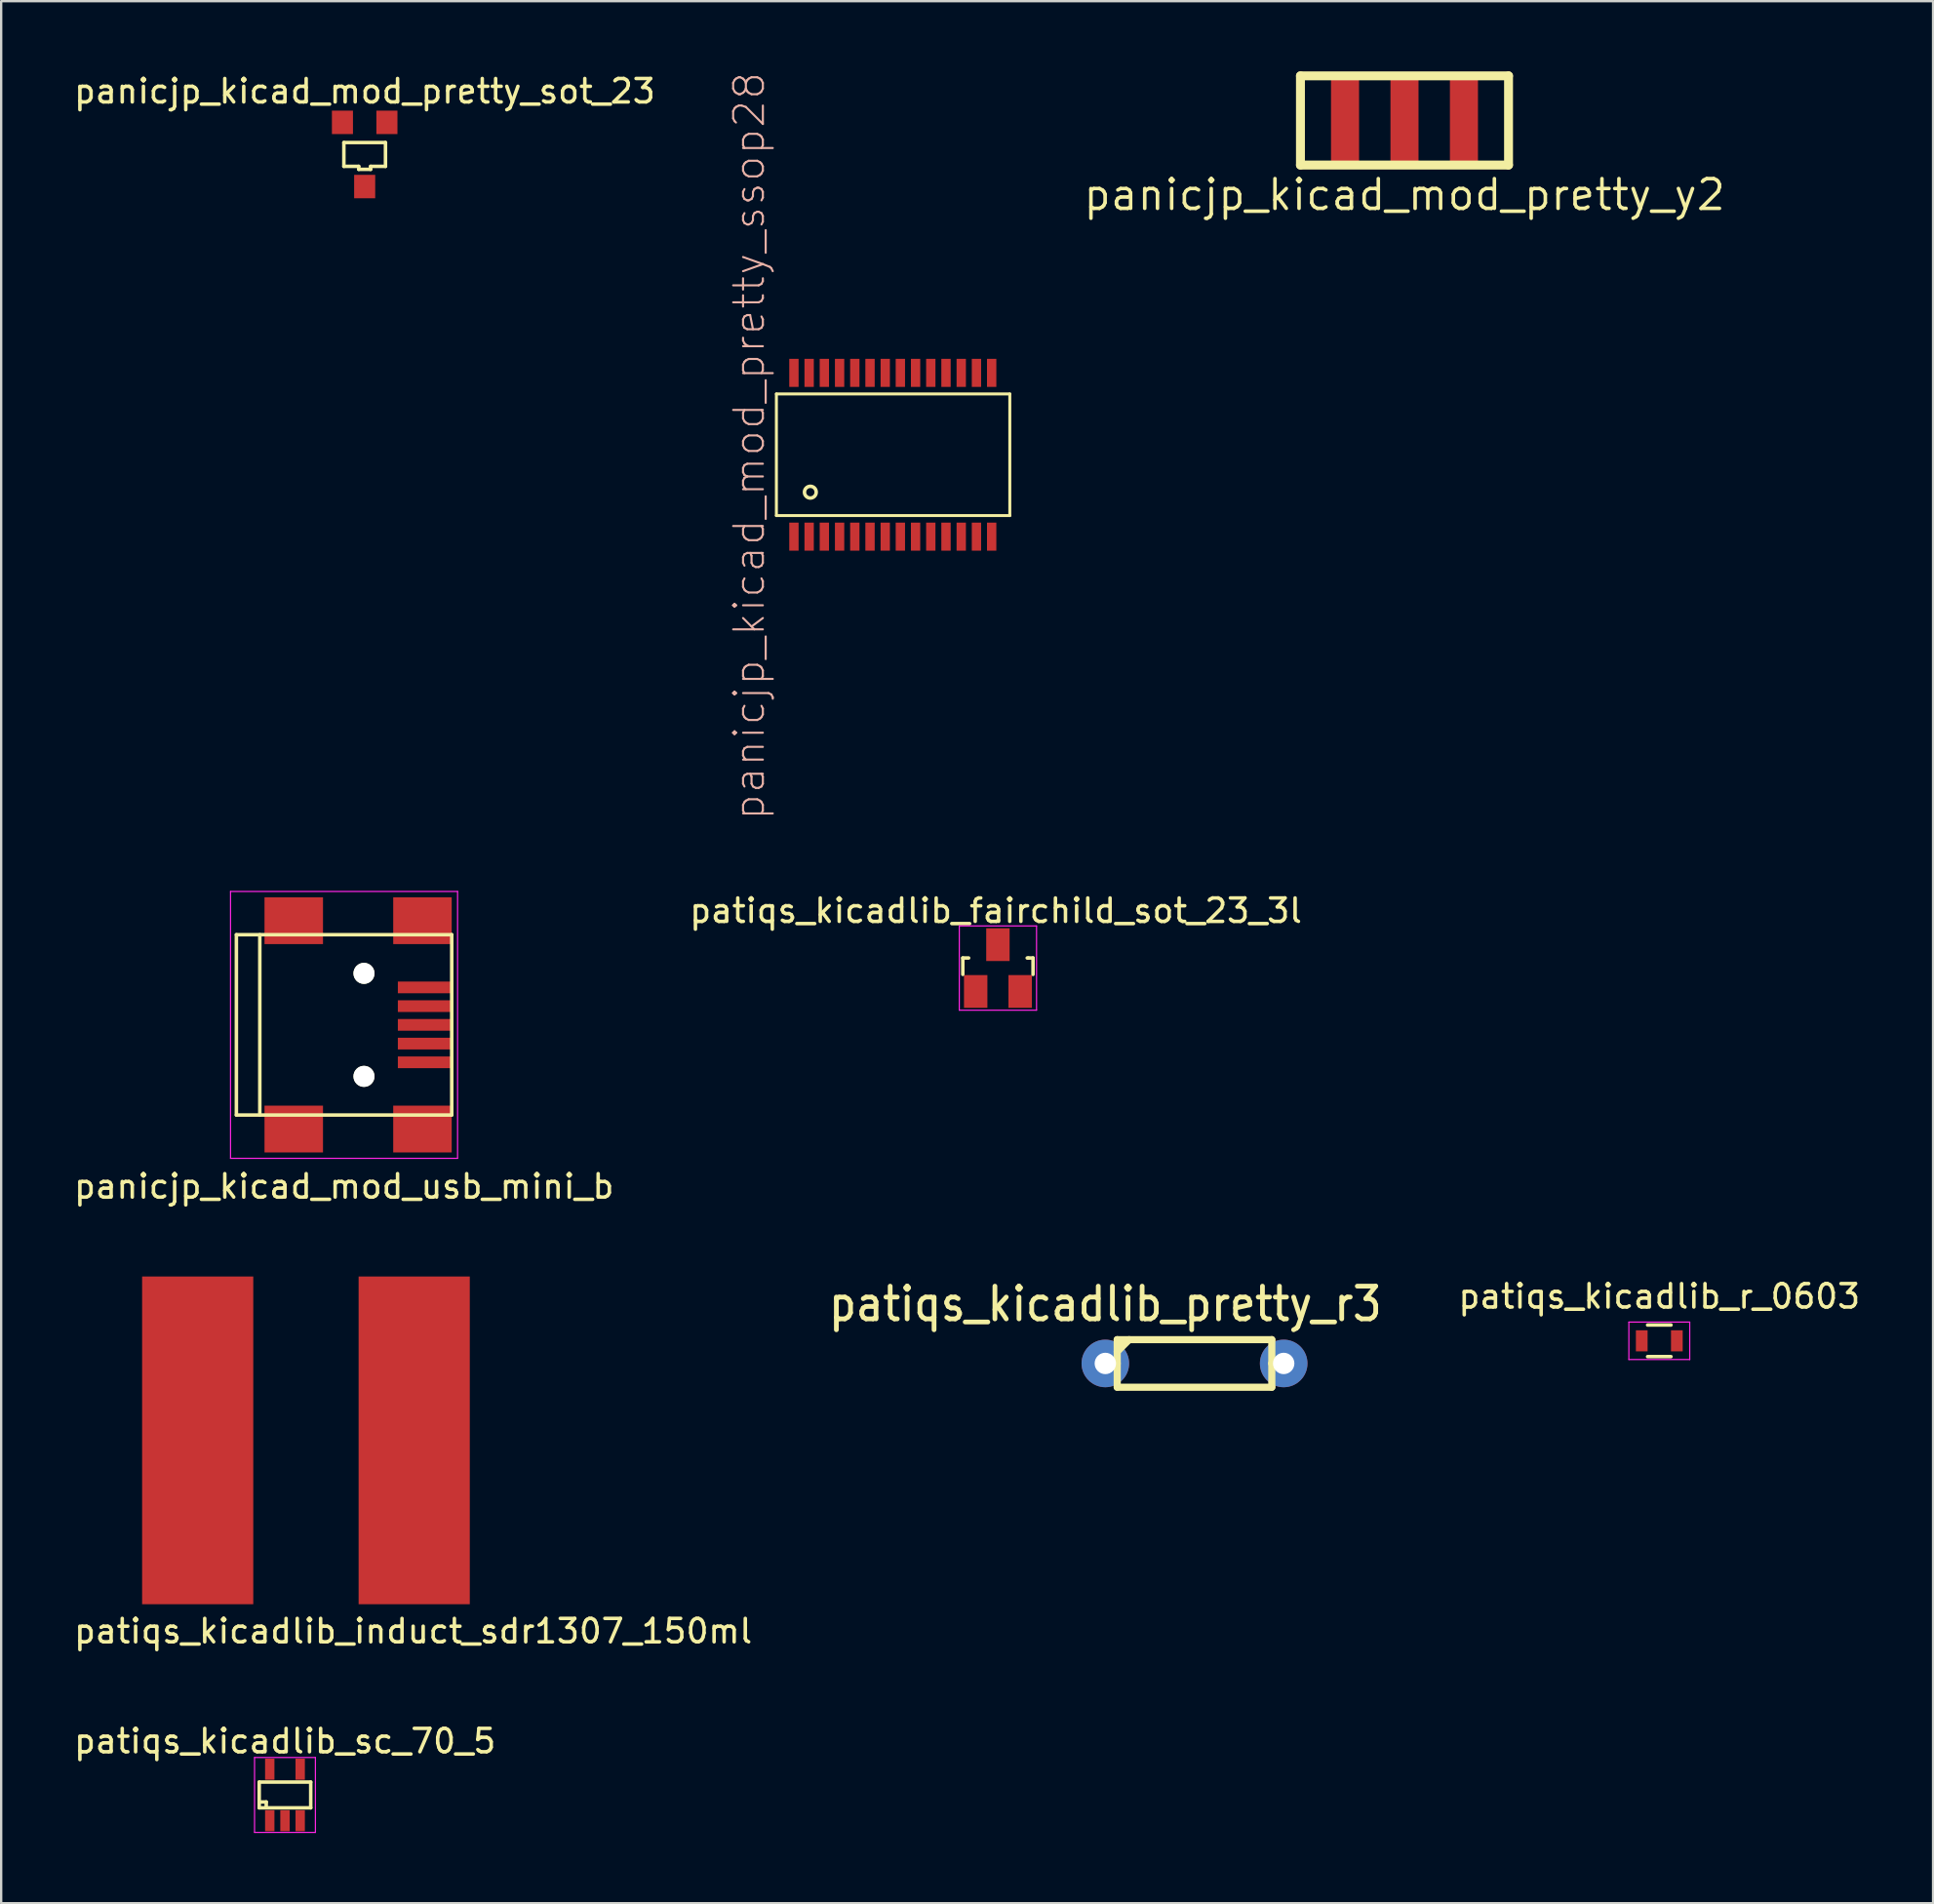
<source format=kicad_pcb>
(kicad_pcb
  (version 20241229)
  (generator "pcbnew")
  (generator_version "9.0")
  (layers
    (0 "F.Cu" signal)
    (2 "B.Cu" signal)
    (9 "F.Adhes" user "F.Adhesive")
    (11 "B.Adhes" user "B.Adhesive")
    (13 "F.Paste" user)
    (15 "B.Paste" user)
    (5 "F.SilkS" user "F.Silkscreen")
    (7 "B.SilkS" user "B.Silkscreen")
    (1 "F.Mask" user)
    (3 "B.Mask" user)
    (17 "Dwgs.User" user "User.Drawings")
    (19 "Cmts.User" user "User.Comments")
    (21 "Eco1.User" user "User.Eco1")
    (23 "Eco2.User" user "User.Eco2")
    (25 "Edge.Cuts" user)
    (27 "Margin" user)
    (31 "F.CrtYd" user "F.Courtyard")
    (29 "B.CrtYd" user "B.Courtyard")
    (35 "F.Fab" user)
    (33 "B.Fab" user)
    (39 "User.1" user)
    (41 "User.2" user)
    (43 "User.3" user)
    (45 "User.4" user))
  (footprint "patiqs_kicadlib_pretty_r3"
    (layer "F.Cu")
    (at 44.173 55.193)
    (property "Reference" "patiqs_kicadlib_pretty_r3" (at 0 -2.54 0) (layer "F.SilkS") (effects (font (size 1.397 1.27) (thickness 0.203))))
    (attr through_hole)
    (fp_line (start 0 0) (end 0.508 0) (stroke (width 0.305) (type solid)) (layer "F.SilkS"))
    (fp_line (start 0.508 -1.016) (end 0.508 1.016) (stroke (width 0.305) (type solid)) (layer "F.SilkS"))
    (fp_line (start 0.508 -0.508) (end 1.016 -1.016) (stroke (width 0.305) (type solid)) (layer "F.SilkS"))
    (fp_line (start 0.508 1.016) (end 7.112 1.016) (stroke (width 0.305) (type solid)) (layer "F.SilkS"))
    (fp_line (start 7.112 -1.016) (end 0.508 -1.016) (stroke (width 0.305) (type solid)) (layer "F.SilkS"))
    (fp_line (start 7.112 0) (end 7.112 -1.016) (stroke (width 0.305) (type solid)) (layer "F.SilkS"))
    (fp_line (start 7.112 1.016) (end 7.112 0) (stroke (width 0.305) (type solid)) (layer "F.SilkS"))
    (fp_line (start 7.62 0) (end 7.112 0) (stroke (width 0.305) (type solid)) (layer "F.SilkS"))
    (pad "1" thru_hole circle (at 0 0) (size 2.032 2.032) (drill 0.914) (layers "*.Cu" "*.Mask" "B.Paste"))
    (pad "2" thru_hole circle (at 7.62 0) (size 2.032 2.032) (drill 0.914) (layers "*.Cu" "*.Mask" "B.Paste")))
  (footprint "panicjp_kicad_mod_pretty_sot_23"
    (placed yes)
    (layer "F.Cu")
    (at 12.53 3.548)
    (property "Reference" "panicjp_kicad_mod_pretty_sot_23" (at 0 -2.7 0) (layer "F.SilkS") (effects (font (size 1 1) (thickness 0.15))))
    (attr smd)
    (fp_line (start -0.889 -0.508) (end -0.889 0.508) (stroke (width 0.15) (type solid)) (layer "F.SilkS"))
    (fp_line (start -0.889 0.508) (end -0.254 0.508) (stroke (width 0.15) (type solid)) (layer "F.SilkS"))
    (fp_line (start -0.254 0.508) (end -0.254 0.635) (stroke (width 0.15) (type solid)) (layer "F.SilkS"))
    (fp_line (start -0.254 0.635) (end 0.254 0.635) (stroke (width 0.15) (type solid)) (layer "F.SilkS"))
    (fp_line (start 0.254 0.508) (end 0.889 0.508) (stroke (width 0.15) (type solid)) (layer "F.SilkS"))
    (fp_line (start 0.254 0.635) (end 0.254 0.508) (stroke (width 0.15) (type solid)) (layer "F.SilkS"))
    (fp_line (start 0.889 -0.508) (end -0.889 -0.508) (stroke (width 0.15) (type solid)) (layer "F.SilkS"))
    (fp_line (start 0.889 0.508) (end 0.889 -0.508) (stroke (width 0.15) (type solid)) (layer "F.SilkS"))
    (pad "1" smd rect (at 0.95 -1.371) (size 0.9 1.001) (layers "F.Cu" "F.Mask" "F.Paste"))
    (pad "2" smd rect (at -0.95 -1.371) (size 0.9 1.001) (layers "F.Cu" "F.Mask" "F.Paste"))
    (pad "3" smd rect (at 0 1.371) (size 0.9 1.001) (layers "F.Cu" "F.Mask" "F.Paste")))
  (footprint "panicjp_kicad_mod_pretty_ssop28"
    (layer "F.Cu")
    (at 35.093 16.376)
    (property "Reference" "panicjp_kicad_mod_pretty_ssop28" (at -6.134 -0.373 90) (layer "B.SilkS") (effects (font (size 1.27 1.27) (thickness 0.089))))
    (attr smd)
    (fp_line (start -4.973 -2.598) (end 4.999 -2.598) (stroke (width 0.127) (type solid)) (layer "F.SilkS"))
    (fp_line (start -4.973 2.598) (end -4.973 -2.598) (stroke (width 0.127) (type solid)) (layer "F.SilkS"))
    (fp_line (start 4.999 -2.598) (end 4.999 2.598) (stroke (width 0.127) (type solid)) (layer "F.SilkS"))
    (fp_line (start 4.999 2.598) (end -4.973 2.598) (stroke (width 0.127) (type solid)) (layer "F.SilkS"))
    (fp_circle (center -3.523 1.598) (end -3.701 1.775) (stroke (width 0.15) (type solid)) (fill no) (layer "F.SilkS"))
    (pad "1" smd rect (at -4.224 3.498) (size 0.399 1.199) (layers "F.Cu" "F.Mask" "F.Paste"))
    (pad "2" smd rect (at -3.574 3.498) (size 0.399 1.199) (layers "F.Cu" "F.Mask" "F.Paste"))
    (pad "3" smd rect (at -2.924 3.498) (size 0.399 1.199) (layers "F.Cu" "F.Mask" "F.Paste"))
    (pad "4" smd rect (at -2.273 3.498) (size 0.399 1.199) (layers "F.Cu" "F.Mask" "F.Paste"))
    (pad "5" smd rect (at -1.623 3.498) (size 0.399 1.199) (layers "F.Cu" "F.Mask" "F.Paste"))
    (pad "6" smd rect (at -0.973 3.498) (size 0.399 1.199) (layers "F.Cu" "F.Mask" "F.Paste"))
    (pad "7" smd rect (at -0.323 3.498) (size 0.399 1.199) (layers "F.Cu" "F.Mask" "F.Paste"))
    (pad "8" smd rect (at 0.323 3.498) (size 0.399 1.199) (layers "F.Cu" "F.Mask" "F.Paste"))
    (pad "9" smd rect (at 0.973 3.498) (size 0.399 1.199) (layers "F.Cu" "F.Mask" "F.Paste"))
    (pad "10" smd rect (at 1.623 3.498) (size 0.399 1.199) (layers "F.Cu" "F.Mask" "F.Paste"))
    (pad "11" smd rect (at 2.273 3.498) (size 0.399 1.199) (layers "F.Cu" "F.Mask" "F.Paste"))
    (pad "12" smd rect (at 2.924 3.498) (size 0.399 1.199) (layers "F.Cu" "F.Mask" "F.Paste"))
    (pad "13" smd rect (at 3.574 3.498) (size 0.399 1.199) (layers "F.Cu" "F.Mask" "F.Paste"))
    (pad "14" smd rect (at 4.224 3.498) (size 0.399 1.199) (layers "F.Cu" "F.Mask" "F.Paste"))
    (pad "15" smd rect (at 4.224 -3.498) (size 0.399 1.199) (layers "F.Cu" "F.Mask" "F.Paste"))
    (pad "16" smd rect (at 3.574 -3.498) (size 0.399 1.199) (layers "F.Cu" "F.Mask" "F.Paste"))
    (pad "17" smd rect (at 2.924 -3.498) (size 0.399 1.199) (layers "F.Cu" "F.Mask" "F.Paste"))
    (pad "18" smd rect (at 2.273 -3.498) (size 0.399 1.199) (layers "F.Cu" "F.Mask" "F.Paste"))
    (pad "19" smd rect (at 1.623 -3.498) (size 0.399 1.199) (layers "F.Cu" "F.Mask" "F.Paste"))
    (pad "20" smd rect (at 0.973 -3.498) (size 0.399 1.199) (layers "F.Cu" "F.Mask" "F.Paste"))
    (pad "21" smd rect (at 0.323 -3.498) (size 0.399 1.199) (layers "F.Cu" "F.Mask" "F.Paste"))
    (pad "22" smd rect (at -0.323 -3.498) (size 0.399 1.199) (layers "F.Cu" "F.Mask" "F.Paste"))
    (pad "23" smd rect (at -0.973 -3.498) (size 0.399 1.199) (layers "F.Cu" "F.Mask" "F.Paste"))
    (pad "24" smd rect (at -1.623 -3.498) (size 0.399 1.199) (layers "F.Cu" "F.Mask" "F.Paste"))
    (pad "25" smd rect (at -2.273 -3.498) (size 0.399 1.199) (layers "F.Cu" "F.Mask" "F.Paste"))
    (pad "26" smd rect (at -2.924 -3.498) (size 0.399 1.199) (layers "F.Cu" "F.Mask" "F.Paste"))
    (pad "27" smd rect (at -3.574 -3.498) (size 0.399 1.199) (layers "F.Cu" "F.Mask" "F.Paste"))
    (pad "28" smd rect (at -4.224 -3.498) (size 0.399 1.199) (layers "F.Cu" "F.Mask" "F.Paste")))
  (footprint "patiqs_kicadlib_r_0603"
    (layer "F.Cu")
    (at 67.84 54.227)
    (property "Reference" "patiqs_kicadlib_r_0603" (at 0 -1.9 0) (layer "F.SilkS") (effects (font (size 1 1) (thickness 0.15))))
    (attr smd)
    (fp_line (start -0.5 -0.675) (end 0.5 -0.675) (stroke (width 0.15) (type solid)) (layer "F.SilkS"))
    (fp_line (start 0.5 0.675) (end -0.5 0.675) (stroke (width 0.15) (type solid)) (layer "F.SilkS"))
    (fp_line (start -1.3 -0.8) (end -1.3 0.8) (stroke (width 0.05) (type solid)) (layer "F.CrtYd"))
    (fp_line (start -1.3 -0.8) (end 1.3 -0.8) (stroke (width 0.05) (type solid)) (layer "F.CrtYd"))
    (fp_line (start -1.3 0.8) (end 1.3 0.8) (stroke (width 0.05) (type solid)) (layer "F.CrtYd"))
    (fp_line (start 1.3 -0.8) (end 1.3 0.8) (stroke (width 0.05) (type solid)) (layer "F.CrtYd"))
    (pad "1" smd rect (at -0.75 0) (size 0.5 0.9) (layers "F.Cu" "F.Mask" "F.Paste"))
    (pad "2" smd rect (at 0.75 0) (size 0.5 0.9) (layers "F.Cu" "F.Mask" "F.Paste")))
  (footprint "patiqs_kicadlib_fairchild_sot_23_3l"
    (layer "F.Cu")
    (at 39.584 38.303)
    (property "Reference" "patiqs_kicadlib_fairchild_sot_23_3l" (at -0.09 -2.45 0) (layer "F.SilkS") (effects (font (size 1 1) (thickness 0.15))))
    (attr smd)
    (fp_line (start -1.5 -0.43) (end -1.251 -0.43) (stroke (width 0.15) (type solid)) (layer "F.SilkS"))
    (fp_line (start -1.5 0.271) (end -1.5 -0.43) (stroke (width 0.15) (type solid)) (layer "F.SilkS"))
    (fp_line (start 1.299 -0.43) (end 1.251 -0.43) (stroke (width 0.15) (type solid)) (layer "F.SilkS"))
    (fp_line (start 1.299 -0.43) (end 1.5 -0.43) (stroke (width 0.15) (type solid)) (layer "F.SilkS"))
    (fp_line (start 1.5 -0.43) (end 1.5 0.271) (stroke (width 0.15) (type solid)) (layer "F.SilkS"))
    (fp_line (start -1.65 -1.8) (end 1.65 -1.8) (stroke (width 0.05) (type solid)) (layer "F.CrtYd"))
    (fp_line (start -1.65 1.8) (end -1.65 -1.8) (stroke (width 0.05) (type solid)) (layer "F.CrtYd"))
    (fp_line (start 1.65 -1.8) (end 1.65 1.8) (stroke (width 0.05) (type solid)) (layer "F.CrtYd"))
    (fp_line (start 1.65 1.8) (end -1.65 1.8) (stroke (width 0.05) (type solid)) (layer "F.CrtYd"))
    (pad "1" smd rect (at -0.95 1) (size 1 1.4) (layers "F.Cu" "F.Mask" "F.Paste"))
    (pad "2" smd rect (at 0.95 1) (size 1 1.4) (layers "F.Cu" "F.Mask" "F.Paste"))
    (pad "3" smd rect (at 0 -1) (size 1 1.4) (layers "F.Cu" "F.Mask" "F.Paste")))
  (footprint "panicjp_kicad_mod_pretty_y2"
    (layer "F.Cu")
    (at 56.954 2.095)
    (property "Reference" "panicjp_kicad_mod_pretty_y2" (at 0 3.175 0) (layer "F.SilkS") (effects (font (size 1.27 1.27) (thickness 0.152))))
    (attr through_hole)
    (fp_line (start -4.445 -1.905) (end 4.445 -1.905) (stroke (width 0.381) (type solid)) (layer "F.SilkS"))
    (fp_line (start -4.445 1.905) (end -4.445 -1.905) (stroke (width 0.381) (type solid)) (layer "F.SilkS"))
    (fp_line (start 4.445 -1.905) (end 4.445 1.905) (stroke (width 0.381) (type solid)) (layer "F.SilkS"))
    (fp_line (start 4.445 1.905) (end -4.445 1.905) (stroke (width 0.381) (type solid)) (layer "F.SilkS"))
    (pad "1" smd rect (at -2.54 0) (size 1.199 3.81) (layers "F.Cu" "F.Mask" "F.Paste"))
    (pad "2" smd rect (at 0 0) (size 1.199 3.81) (layers "F.Cu" "F.Mask" "F.Paste"))
    (pad "3" smd rect (at 2.54 0) (size 1.199 3.81) (layers "F.Cu" "F.Mask" "F.Paste")))
  (footprint "panicjp_kicad_mod_usb_mini_b"
    (layer "F.Cu")
    (at 11.649 40.73)
    (property "Reference" "panicjp_kicad_mod_usb_mini_b" (at 0 6.901 0) (layer "F.SilkS") (effects (font (size 1 1) (thickness 0.15))))
    (attr smd)
    (fp_line (start -4.6 -3.851) (end -4.6 3.851) (stroke (width 0.15) (type solid)) (layer "F.SilkS"))
    (fp_line (start -4.6 3.851) (end 4.6 3.851) (stroke (width 0.15) (type solid)) (layer "F.SilkS"))
    (fp_line (start -3.599 -3.851) (end -3.599 3.851) (stroke (width 0.15) (type solid)) (layer "F.SilkS"))
    (fp_line (start 4.6 -3.851) (end -4.6 -3.851) (stroke (width 0.15) (type solid)) (layer "F.SilkS"))
    (fp_line (start 4.6 3.851) (end 4.6 -3.851) (stroke (width 0.15) (type solid)) (layer "F.SilkS"))
    (fp_line (start -4.85 -5.7) (end 4.85 -5.7) (stroke (width 0.05) (type solid)) (layer "F.CrtYd"))
    (fp_line (start -4.85 5.7) (end -4.85 -5.7) (stroke (width 0.05) (type solid)) (layer "F.CrtYd"))
    (fp_line (start 4.85 -5.7) (end 4.85 5.7) (stroke (width 0.05) (type solid)) (layer "F.CrtYd"))
    (fp_line (start 4.85 5.7) (end -4.85 5.7) (stroke (width 0.05) (type solid)) (layer "F.CrtYd"))
    (pad "" np_thru_hole circle (at 0.851 -2.2) (size 0.899 0.899) (drill 0.899) (layers "*.Cu" "*.Mask" "F.SilkS"))
    (pad "" np_thru_hole circle (at 0.851 2.2) (size 0.899 0.899) (drill 0.899) (layers "*.Cu" "*.Mask" "F.SilkS"))
    (pad "1" smd rect (at 3.449 -1.6) (size 2.301 0.5) (layers "F.Cu" "F.Mask" "F.Paste"))
    (pad "2" smd rect (at 3.449 -0.8) (size 2.301 0.5) (layers "F.Cu" "F.Mask" "F.Paste"))
    (pad "3" smd rect (at 3.449 0) (size 2.301 0.5) (layers "F.Cu" "F.Mask" "F.Paste"))
    (pad "4" smd rect (at 3.449 0.8) (size 2.301 0.5) (layers "F.Cu" "F.Mask" "F.Paste"))
    (pad "5" smd rect (at 3.449 1.6) (size 2.301 0.5) (layers "F.Cu" "F.Mask" "F.Paste"))
    (pad "6" smd rect (at 3.35 4.45) (size 2.499 1.999) (layers "F.Cu" "F.Mask" "F.Paste"))
    (pad "7" smd rect (at -2.149 4.45) (size 2.499 1.999) (layers "F.Cu" "F.Mask" "F.Paste"))
    (pad "8" smd rect (at -2.149 -4.45) (size 2.499 1.999) (layers "F.Cu" "F.Mask" "F.Paste"))
    (pad "9" smd rect (at 3.35 -4.45) (size 2.499 1.999) (layers "F.Cu" "F.Mask" "F.Paste")))
  (footprint "patiqs_kicadlib_sc_70_5"
    (layer "F.Cu")
    (at 9.125 73.626)
    (property "Reference" "patiqs_kicadlib_sc_70_5" (at 0 -2.3 0) (layer "F.SilkS") (effects (font (size 1 1) (thickness 0.15))))
    (attr smd)
    (fp_line (start -1.1 -0.55) (end -1.1 0.55) (stroke (width 0.15) (type solid)) (layer "F.SilkS"))
    (fp_line (start -1.1 0.3) (end -0.8 0.3) (stroke (width 0.15) (type solid)) (layer "F.SilkS"))
    (fp_line (start -1.1 0.55) (end 1.1 0.55) (stroke (width 0.15) (type solid)) (layer "F.SilkS"))
    (fp_line (start -0.8 0.3) (end -0.8 0.5) (stroke (width 0.15) (type solid)) (layer "F.SilkS"))
    (fp_line (start 1.1 -0.55) (end -1.1 -0.55) (stroke (width 0.15) (type solid)) (layer "F.SilkS"))
    (fp_line (start 1.1 0.55) (end 1.1 -0.55) (stroke (width 0.15) (type solid)) (layer "F.SilkS"))
    (fp_line (start -1.3 -1.6) (end 1.3 -1.6) (stroke (width 0.05) (type solid)) (layer "F.CrtYd"))
    (fp_line (start -1.3 1.6) (end -1.3 -1.6) (stroke (width 0.05) (type solid)) (layer "F.CrtYd"))
    (fp_line (start 1.3 -1.6) (end 1.3 1.6) (stroke (width 0.05) (type solid)) (layer "F.CrtYd"))
    (fp_line (start 1.3 1.6) (end -1.3 1.6) (stroke (width 0.05) (type solid)) (layer "F.CrtYd"))
    (pad "1" smd rect (at -0.65 1.1) (size 0.4 0.9) (layers "F.Cu" "F.Mask" "F.Paste"))
    (pad "2" smd rect (at 0 1.1) (size 0.4 0.9) (layers "F.Cu" "F.Mask" "F.Paste"))
    (pad "3" smd rect (at 0.65 1.1) (size 0.4 0.9) (layers "F.Cu" "F.Mask" "F.Paste"))
    (pad "4" smd rect (at 0.65 -1.1) (size 0.4 0.9) (layers "F.Cu" "F.Mask" "F.Paste"))
    (pad "5" smd rect (at -0.65 -1.1) (size 0.4 0.9) (layers "F.Cu" "F.Mask" "F.Paste")))
  (footprint "patiqs_kicadlib_induct_sdr1307_150ml"
    (layer "F.Cu")
    (at 10.021 58.479)
    (property "Reference" "patiqs_kicadlib_induct_sdr1307_150ml" (at 4.58 8.15 0) (layer "F.SilkS") (effects (font (size 1 1) (thickness 0.15))))
    (attr through_hole)
    (pad "1" smd rect (at -4.625 0) (size 4.75 14) (layers "F.Cu" "F.Mask" "F.Paste"))
    (pad "2" smd rect (at 4.625 0) (size 4.75 14) (layers "F.Cu" "F.Mask" "F.Paste")))
  (gr_rect
    (start -3 -3)
    (end 79.537 78.251)
    (stroke (width 0.1) (type default))
    (fill no)
    (layer "Edge.Cuts")))
</source>
